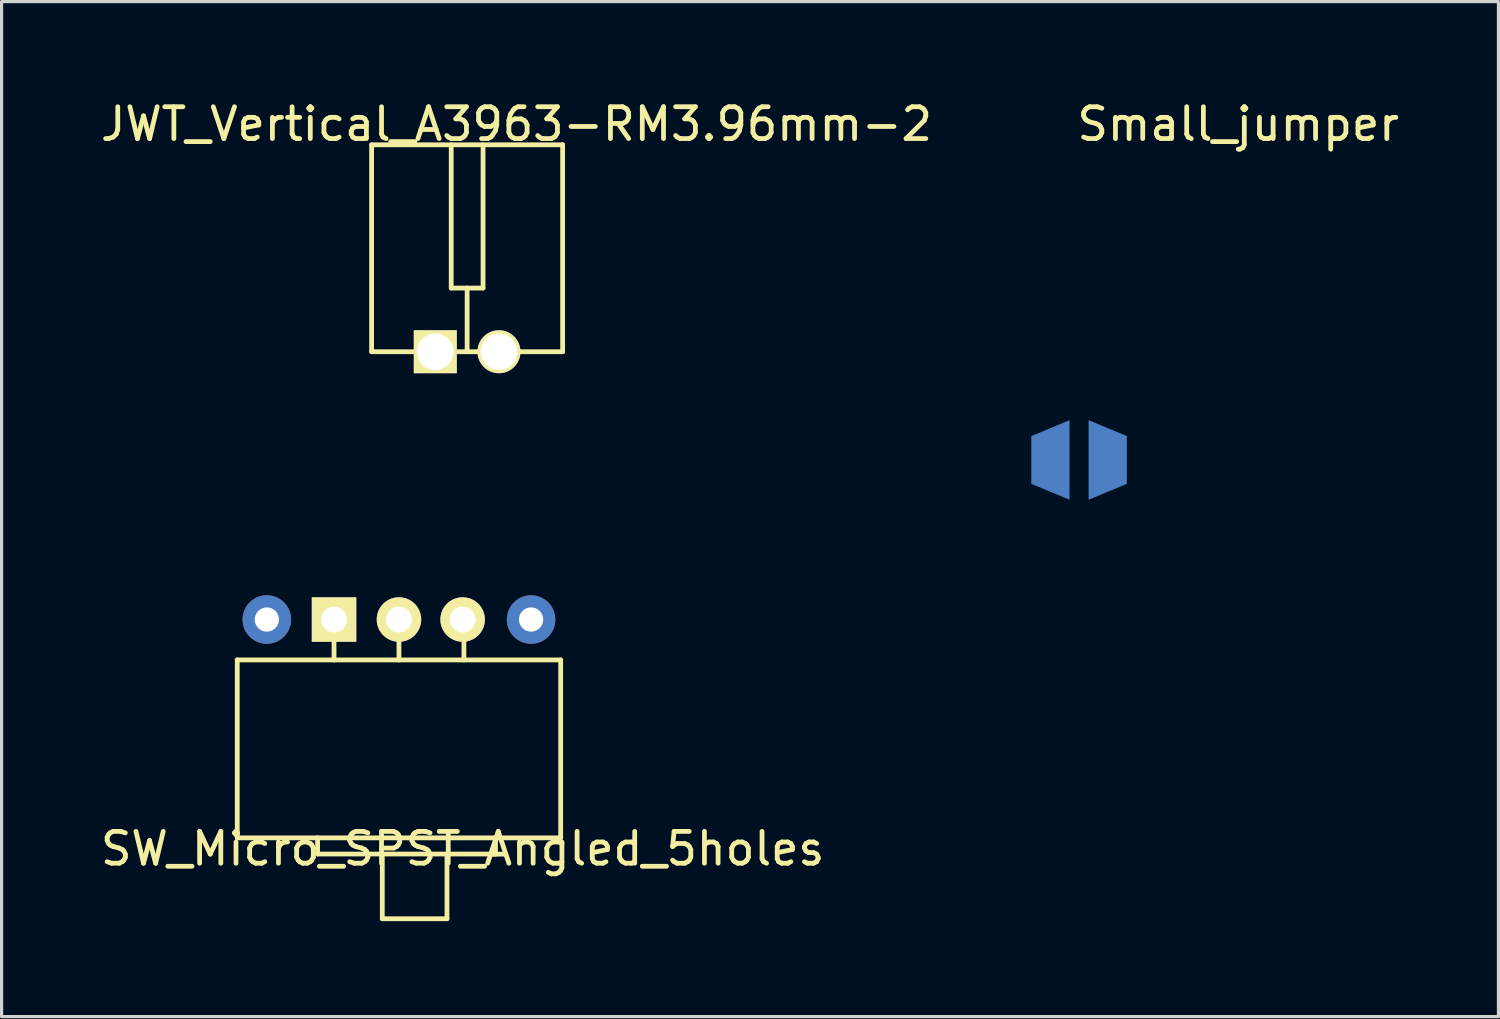
<source format=kicad_pcb>
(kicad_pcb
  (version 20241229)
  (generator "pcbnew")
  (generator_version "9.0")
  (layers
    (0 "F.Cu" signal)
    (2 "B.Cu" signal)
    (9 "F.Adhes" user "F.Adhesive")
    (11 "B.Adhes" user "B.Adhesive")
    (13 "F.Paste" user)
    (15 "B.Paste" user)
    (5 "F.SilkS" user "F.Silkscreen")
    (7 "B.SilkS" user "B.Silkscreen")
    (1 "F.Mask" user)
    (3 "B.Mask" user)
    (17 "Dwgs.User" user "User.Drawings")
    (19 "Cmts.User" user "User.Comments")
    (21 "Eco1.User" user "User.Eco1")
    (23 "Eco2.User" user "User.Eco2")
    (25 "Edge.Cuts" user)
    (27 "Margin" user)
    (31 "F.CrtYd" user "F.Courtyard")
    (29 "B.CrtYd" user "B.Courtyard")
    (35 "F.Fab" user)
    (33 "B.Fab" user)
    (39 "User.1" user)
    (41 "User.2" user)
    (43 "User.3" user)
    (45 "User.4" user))
  (footprint "JWT_Vertical_A3963-RM3.96mm-2"
    (layer "F.Cu")
    (at 10.623 7.998)
    (property "Reference" "JWT_Vertical_A3963-RM3.96mm-2" (at 2.55 -7.15 0) (layer "F.SilkS") (effects (font (size 1 1) (thickness 0.15))))
    (attr through_hole)
    (fp_line (start -2 -6.5) (end -2 0) (stroke (width 0.15) (type solid)) (layer "F.SilkS"))
    (fp_line (start -2 0) (end 1 0) (stroke (width 0.15) (type solid)) (layer "F.SilkS"))
    (fp_line (start 0.5 -6.5) (end 0.5 -2) (stroke (width 0.15) (type solid)) (layer "F.SilkS"))
    (fp_line (start 0.5 -2) (end 1.5 -2) (stroke (width 0.15) (type solid)) (layer "F.SilkS"))
    (fp_line (start 1 0) (end 1 -2) (stroke (width 0.15) (type solid)) (layer "F.SilkS"))
    (fp_line (start 1 0) (end 4 0) (stroke (width 0.15) (type solid)) (layer "F.SilkS"))
    (fp_line (start 1.5 -2) (end 1.5 -6.5) (stroke (width 0.15) (type solid)) (layer "F.SilkS"))
    (fp_line (start 4 -6.5) (end -2 -6.5) (stroke (width 0.15) (type solid)) (layer "F.SilkS"))
    (fp_line (start 4 0) (end 4 -6.5) (stroke (width 0.15) (type solid)) (layer "F.SilkS"))
    (pad "1" thru_hole rect (at 0 0) (size 1.35 1.35) (drill 1.15) (layers "*.Cu" "*.Mask" "F.SilkS"))
    (pad "2" thru_hole circle (at 2 0) (size 1.35 1.35) (drill 1.15) (layers "*.Cu" "*.Mask" "F.SilkS")))
  (footprint "Small_jumper"
    (layer "F.Cu")
    (at 30.845 11.398)
    (property "Reference" "Small_jumper" (at 5 -10.55 0) (layer "F.SilkS") (effects (font (size 1 1) (thickness 0.15))))
    (attr through_hole)
    (pad "1" smd trapezoid (at -0.9 0) (size 1.2 2) (rect_delta -0.5 0) (layers "B.Cu" "B.Mask" "B.Paste"))
    (pad "2" smd trapezoid (at 0.9 0) (size 1.2 2) (rect_delta 0.5 0) (layers "B.Cu" "B.Mask" "B.Paste")))
  (footprint "SW_Micro_SPST_Angled_5holes"
    (layer "F.Cu")
    (at 9.982 16.41)
    (property "Reference" "SW_Micro_SPST_Angled_5holes" (at 1.5 7.2 0) (layer "F.SilkS") (effects (font (size 1 1) (thickness 0.15))))
    (attr through_hole)
    (fp_line (start -5.58 1.27) (end -5.58 6.858) (stroke (width 0.15) (type solid)) (layer "F.SilkS"))
    (fp_line (start -5.58 1.27) (end 4.58 1.27) (stroke (width 0.15) (type solid)) (layer "F.SilkS"))
    (fp_line (start -3.056 6.858) (end -3.056 7.366) (stroke (width 0.15) (type solid)) (layer "F.SilkS"))
    (fp_line (start -3.056 7.366) (end 2.532 7.366) (stroke (width 0.15) (type solid)) (layer "F.SilkS"))
    (fp_line (start -2.54 0) (end -2.54 1.27) (stroke (width 0.15) (type solid)) (layer "F.SilkS"))
    (fp_line (start -1.024 7.366) (end -1.024 9.398) (stroke (width 0.15) (type solid)) (layer "F.SilkS"))
    (fp_line (start -1.024 9.398) (end 1.008 9.398) (stroke (width 0.15) (type solid)) (layer "F.SilkS"))
    (fp_line (start -0.5 0) (end -0.5 1.27) (stroke (width 0.15) (type solid)) (layer "F.SilkS"))
    (fp_line (start 1.008 7.366) (end 1.008 9.398) (stroke (width 0.15) (type solid)) (layer "F.SilkS"))
    (fp_line (start 1.54 0) (end 1.54 1.27) (stroke (width 0.15) (type solid)) (layer "F.SilkS"))
    (fp_line (start 2.532 7.366) (end 2.532 6.858) (stroke (width 0.15) (type solid)) (layer "F.SilkS"))
    (fp_line (start 4.58 1.27) (end 4.58 6.858) (stroke (width 0.15) (type solid)) (layer "F.SilkS"))
    (fp_line (start 4.58 6.858) (end -5.58 6.858) (stroke (width 0.15) (type solid)) (layer "F.SilkS"))
    (pad "1" thru_hole rect (at -2.54 0) (size 1.397 1.397) (drill 0.813) (layers "*.Cu" "*.Mask" "F.SilkS"))
    (pad "2" thru_hole circle (at -0.5 0) (size 1.397 1.397) (drill 0.813) (layers "*.Cu" "*.Mask" "F.SilkS"))
    (pad "3" thru_hole circle (at -4.65 0) (size 1.524 1.524) (drill 0.762) (layers "*.Cu" "*.Mask"))
    (pad "3" thru_hole circle (at 1.5 0) (size 1.397 1.397) (drill 0.813) (layers "*.Cu" "*.Mask" "F.SilkS"))
    (pad "3" thru_hole circle (at 3.65 0) (size 1.524 1.524) (drill 0.762) (layers "*.Cu" "*.Mask")))
  (gr_rect
    (start -3 -3)
    (end 44.018 28.883)
    (stroke (width 0.1) (type default))
    (fill no)
    (layer "Edge.Cuts")))
</source>
